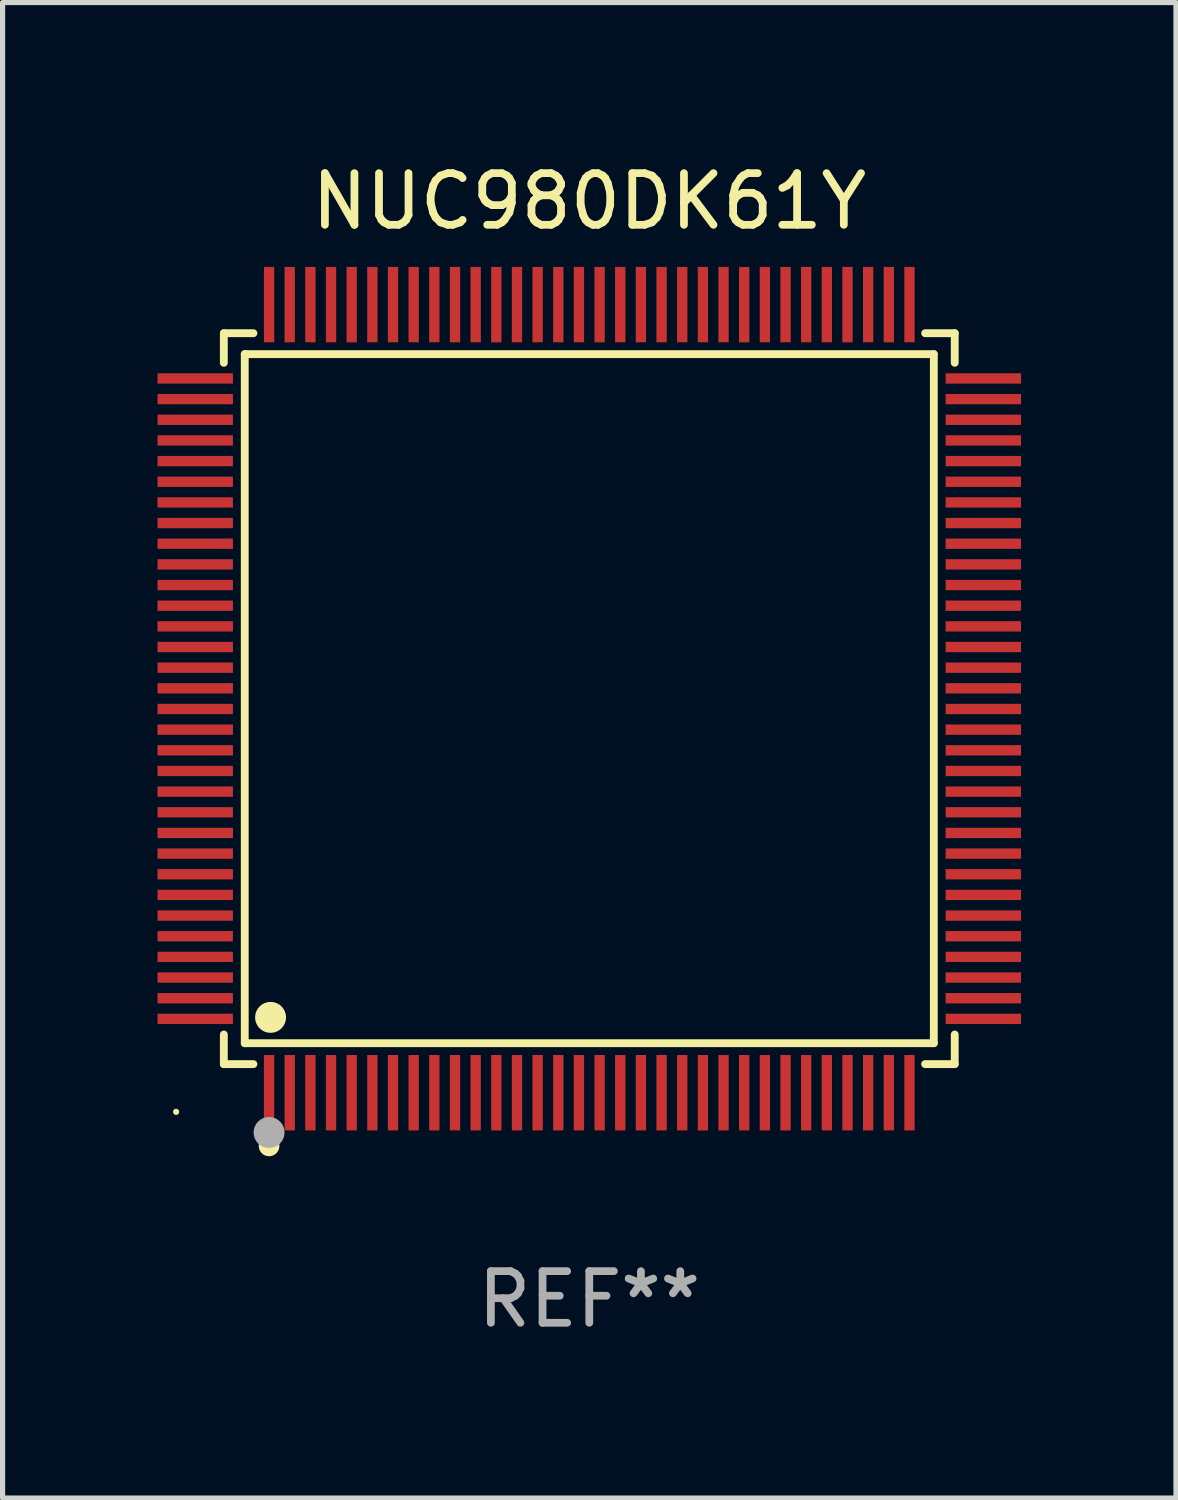
<source format=kicad_pcb>
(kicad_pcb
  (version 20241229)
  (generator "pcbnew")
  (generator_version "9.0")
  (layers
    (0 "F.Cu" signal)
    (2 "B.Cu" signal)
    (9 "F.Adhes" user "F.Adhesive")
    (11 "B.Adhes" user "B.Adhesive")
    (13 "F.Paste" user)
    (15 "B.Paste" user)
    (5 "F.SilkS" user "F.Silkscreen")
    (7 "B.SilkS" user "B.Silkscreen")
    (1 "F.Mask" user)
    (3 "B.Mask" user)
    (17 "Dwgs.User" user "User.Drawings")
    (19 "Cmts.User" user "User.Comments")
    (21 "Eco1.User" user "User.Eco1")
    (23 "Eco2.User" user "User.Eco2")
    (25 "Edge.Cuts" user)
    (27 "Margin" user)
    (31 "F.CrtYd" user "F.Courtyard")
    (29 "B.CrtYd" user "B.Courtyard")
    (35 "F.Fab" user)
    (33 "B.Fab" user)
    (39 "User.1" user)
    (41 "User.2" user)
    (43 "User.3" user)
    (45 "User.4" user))
  (footprint "NUC980DK61Y"
    (layer "F.Cu")
    (at 8.36 10.478)
    (property "Reference" "NUC980DK61Y" (at 0 -9.63 0) (layer "F.SilkS") (effects (font (size 1 1) (thickness 0.15))))
    (attr through_hole)
    (fp_line (start -7.076 -7.076) (end -6.503 -7.076) (stroke (width 0.152) (type solid)) (layer "F.SilkS"))
    (fp_line (start -7.076 -6.503) (end -7.076 -7.076) (stroke (width 0.152) (type solid)) (layer "F.SilkS"))
    (fp_line (start -7.076 6.503) (end -7.076 7.076) (stroke (width 0.152) (type solid)) (layer "F.SilkS"))
    (fp_line (start -7.076 7.076) (end -6.503 7.076) (stroke (width 0.152) (type solid)) (layer "F.SilkS"))
    (fp_line (start -6.671 -6.671) (end 6.671 -6.671) (stroke (width 0.152) (type solid)) (layer "F.SilkS"))
    (fp_line (start -6.671 6.671) (end -6.671 -6.671) (stroke (width 0.152) (type solid)) (layer "F.SilkS"))
    (fp_line (start 6.671 -6.671) (end 6.671 6.671) (stroke (width 0.152) (type solid)) (layer "F.SilkS"))
    (fp_line (start 6.671 6.671) (end -6.671 6.671) (stroke (width 0.152) (type solid)) (layer "F.SilkS"))
    (fp_line (start 7.076 -7.076) (end 6.503 -7.076) (stroke (width 0.152) (type solid)) (layer "F.SilkS"))
    (fp_line (start 7.076 -6.503) (end 7.076 -7.076) (stroke (width 0.152) (type solid)) (layer "F.SilkS"))
    (fp_line (start 7.076 6.503) (end 7.076 7.076) (stroke (width 0.152) (type solid)) (layer "F.SilkS"))
    (fp_line (start 7.076 7.076) (end 6.503 7.076) (stroke (width 0.152) (type solid)) (layer "F.SilkS"))
    (fp_circle (center -8 8) (end -7.97 8) (stroke (width 0.06) (type solid)) (fill no) (layer "F.SilkS"))
    (fp_circle (center -6.2 8.66) (end -6.1 8.66) (stroke (width 0.2) (type solid)) (fill no) (layer "F.SilkS"))
    (fp_circle (center -6.171 6.171) (end -6.021 6.171) (stroke (width 0.3) (type solid)) (fill no) (layer "F.SilkS"))
    (fp_circle (center -6.2 8.4) (end -6.05 8.4) (stroke (width 0.3) (type solid)) (fill no) (layer "F.Fab"))
    (fp_text user "REF**" (at 0 11.63 0) (layer "F.Fab") (effects (font (size 1 1) (thickness 0.15))))
    (pad "1" smd rect (at -6.2 7.63) (size 0.2 1.46) (layers "F.Cu" "F.Mask" "F.Paste"))
    (pad "2" smd rect (at -5.8 7.63) (size 0.2 1.46) (layers "F.Cu" "F.Mask" "F.Paste"))
    (pad "3" smd rect (at -5.4 7.63) (size 0.2 1.46) (layers "F.Cu" "F.Mask" "F.Paste"))
    (pad "4" smd rect (at -5 7.63) (size 0.2 1.46) (layers "F.Cu" "F.Mask" "F.Paste"))
    (pad "5" smd rect (at -4.6 7.63) (size 0.2 1.46) (layers "F.Cu" "F.Mask" "F.Paste"))
    (pad "6" smd rect (at -4.2 7.63) (size 0.2 1.46) (layers "F.Cu" "F.Mask" "F.Paste"))
    (pad "7" smd rect (at -3.8 7.63) (size 0.2 1.46) (layers "F.Cu" "F.Mask" "F.Paste"))
    (pad "8" smd rect (at -3.4 7.63) (size 0.2 1.46) (layers "F.Cu" "F.Mask" "F.Paste"))
    (pad "9" smd rect (at -3 7.63) (size 0.2 1.46) (layers "F.Cu" "F.Mask" "F.Paste"))
    (pad "10" smd rect (at -2.6 7.63) (size 0.2 1.46) (layers "F.Cu" "F.Mask" "F.Paste"))
    (pad "11" smd rect (at -2.2 7.63) (size 0.2 1.46) (layers "F.Cu" "F.Mask" "F.Paste"))
    (pad "12" smd rect (at -1.8 7.63) (size 0.2 1.46) (layers "F.Cu" "F.Mask" "F.Paste"))
    (pad "13" smd rect (at -1.4 7.63) (size 0.2 1.46) (layers "F.Cu" "F.Mask" "F.Paste"))
    (pad "14" smd rect (at -1 7.63) (size 0.2 1.46) (layers "F.Cu" "F.Mask" "F.Paste"))
    (pad "15" smd rect (at -0.6 7.63) (size 0.2 1.46) (layers "F.Cu" "F.Mask" "F.Paste"))
    (pad "16" smd rect (at -0.2 7.63) (size 0.2 1.46) (layers "F.Cu" "F.Mask" "F.Paste"))
    (pad "17" smd rect (at 0.2 7.63) (size 0.2 1.46) (layers "F.Cu" "F.Mask" "F.Paste"))
    (pad "18" smd rect (at 0.6 7.63) (size 0.2 1.46) (layers "F.Cu" "F.Mask" "F.Paste"))
    (pad "19" smd rect (at 1 7.63) (size 0.2 1.46) (layers "F.Cu" "F.Mask" "F.Paste"))
    (pad "20" smd rect (at 1.4 7.63) (size 0.2 1.46) (layers "F.Cu" "F.Mask" "F.Paste"))
    (pad "21" smd rect (at 1.8 7.63) (size 0.2 1.46) (layers "F.Cu" "F.Mask" "F.Paste"))
    (pad "22" smd rect (at 2.2 7.63) (size 0.2 1.46) (layers "F.Cu" "F.Mask" "F.Paste"))
    (pad "23" smd rect (at 2.6 7.63) (size 0.2 1.46) (layers "F.Cu" "F.Mask" "F.Paste"))
    (pad "24" smd rect (at 3 7.63) (size 0.2 1.46) (layers "F.Cu" "F.Mask" "F.Paste"))
    (pad "25" smd rect (at 3.4 7.63) (size 0.2 1.46) (layers "F.Cu" "F.Mask" "F.Paste"))
    (pad "26" smd rect (at 3.8 7.63) (size 0.2 1.46) (layers "F.Cu" "F.Mask" "F.Paste"))
    (pad "27" smd rect (at 4.2 7.63) (size 0.2 1.46) (layers "F.Cu" "F.Mask" "F.Paste"))
    (pad "28" smd rect (at 4.6 7.63) (size 0.2 1.46) (layers "F.Cu" "F.Mask" "F.Paste"))
    (pad "29" smd rect (at 5 7.63) (size 0.2 1.46) (layers "F.Cu" "F.Mask" "F.Paste"))
    (pad "30" smd rect (at 5.4 7.63) (size 0.2 1.46) (layers "F.Cu" "F.Mask" "F.Paste"))
    (pad "31" smd rect (at 5.8 7.63) (size 0.2 1.46) (layers "F.Cu" "F.Mask" "F.Paste"))
    (pad "32" smd rect (at 6.2 7.63) (size 0.2 1.46) (layers "F.Cu" "F.Mask" "F.Paste"))
    (pad "33" smd rect (at 7.63 6.2) (size 1.46 0.2) (layers "F.Cu" "F.Mask" "F.Paste"))
    (pad "34" smd rect (at 7.63 5.8) (size 1.46 0.2) (layers "F.Cu" "F.Mask" "F.Paste"))
    (pad "35" smd rect (at 7.63 5.4) (size 1.46 0.2) (layers "F.Cu" "F.Mask" "F.Paste"))
    (pad "36" smd rect (at 7.63 5) (size 1.46 0.2) (layers "F.Cu" "F.Mask" "F.Paste"))
    (pad "37" smd rect (at 7.63 4.6) (size 1.46 0.2) (layers "F.Cu" "F.Mask" "F.Paste"))
    (pad "38" smd rect (at 7.63 4.2) (size 1.46 0.2) (layers "F.Cu" "F.Mask" "F.Paste"))
    (pad "39" smd rect (at 7.63 3.8) (size 1.46 0.2) (layers "F.Cu" "F.Mask" "F.Paste"))
    (pad "40" smd rect (at 7.63 3.4) (size 1.46 0.2) (layers "F.Cu" "F.Mask" "F.Paste"))
    (pad "41" smd rect (at 7.63 3) (size 1.46 0.2) (layers "F.Cu" "F.Mask" "F.Paste"))
    (pad "42" smd rect (at 7.63 2.6) (size 1.46 0.2) (layers "F.Cu" "F.Mask" "F.Paste"))
    (pad "43" smd rect (at 7.63 2.2) (size 1.46 0.2) (layers "F.Cu" "F.Mask" "F.Paste"))
    (pad "44" smd rect (at 7.63 1.8) (size 1.46 0.2) (layers "F.Cu" "F.Mask" "F.Paste"))
    (pad "45" smd rect (at 7.63 1.4) (size 1.46 0.2) (layers "F.Cu" "F.Mask" "F.Paste"))
    (pad "46" smd rect (at 7.63 1) (size 1.46 0.2) (layers "F.Cu" "F.Mask" "F.Paste"))
    (pad "47" smd rect (at 7.63 0.6) (size 1.46 0.2) (layers "F.Cu" "F.Mask" "F.Paste"))
    (pad "48" smd rect (at 7.63 0.2) (size 1.46 0.2) (layers "F.Cu" "F.Mask" "F.Paste"))
    (pad "49" smd rect (at 7.63 -0.2) (size 1.46 0.2) (layers "F.Cu" "F.Mask" "F.Paste"))
    (pad "50" smd rect (at 7.63 -0.6) (size 1.46 0.2) (layers "F.Cu" "F.Mask" "F.Paste"))
    (pad "51" smd rect (at 7.63 -1) (size 1.46 0.2) (layers "F.Cu" "F.Mask" "F.Paste"))
    (pad "52" smd rect (at 7.63 -1.4) (size 1.46 0.2) (layers "F.Cu" "F.Mask" "F.Paste"))
    (pad "53" smd rect (at 7.63 -1.8) (size 1.46 0.2) (layers "F.Cu" "F.Mask" "F.Paste"))
    (pad "54" smd rect (at 7.63 -2.2) (size 1.46 0.2) (layers "F.Cu" "F.Mask" "F.Paste"))
    (pad "55" smd rect (at 7.63 -2.6) (size 1.46 0.2) (layers "F.Cu" "F.Mask" "F.Paste"))
    (pad "56" smd rect (at 7.63 -3) (size 1.46 0.2) (layers "F.Cu" "F.Mask" "F.Paste"))
    (pad "57" smd rect (at 7.63 -3.4) (size 1.46 0.2) (layers "F.Cu" "F.Mask" "F.Paste"))
    (pad "58" smd rect (at 7.63 -3.8) (size 1.46 0.2) (layers "F.Cu" "F.Mask" "F.Paste"))
    (pad "59" smd rect (at 7.63 -4.2) (size 1.46 0.2) (layers "F.Cu" "F.Mask" "F.Paste"))
    (pad "60" smd rect (at 7.63 -4.6) (size 1.46 0.2) (layers "F.Cu" "F.Mask" "F.Paste"))
    (pad "61" smd rect (at 7.63 -5) (size 1.46 0.2) (layers "F.Cu" "F.Mask" "F.Paste"))
    (pad "62" smd rect (at 7.63 -5.4) (size 1.46 0.2) (layers "F.Cu" "F.Mask" "F.Paste"))
    (pad "63" smd rect (at 7.63 -5.8) (size 1.46 0.2) (layers "F.Cu" "F.Mask" "F.Paste"))
    (pad "64" smd rect (at 7.63 -6.2) (size 1.46 0.2) (layers "F.Cu" "F.Mask" "F.Paste"))
    (pad "65" smd rect (at 6.2 -7.63) (size 0.2 1.46) (layers "F.Cu" "F.Mask" "F.Paste"))
    (pad "66" smd rect (at 5.8 -7.63) (size 0.2 1.46) (layers "F.Cu" "F.Mask" "F.Paste"))
    (pad "67" smd rect (at 5.4 -7.63) (size 0.2 1.46) (layers "F.Cu" "F.Mask" "F.Paste"))
    (pad "68" smd rect (at 5 -7.63) (size 0.2 1.46) (layers "F.Cu" "F.Mask" "F.Paste"))
    (pad "69" smd rect (at 4.6 -7.63) (size 0.2 1.46) (layers "F.Cu" "F.Mask" "F.Paste"))
    (pad "70" smd rect (at 4.2 -7.63) (size 0.2 1.46) (layers "F.Cu" "F.Mask" "F.Paste"))
    (pad "71" smd rect (at 3.8 -7.63) (size 0.2 1.46) (layers "F.Cu" "F.Mask" "F.Paste"))
    (pad "72" smd rect (at 3.4 -7.63) (size 0.2 1.46) (layers "F.Cu" "F.Mask" "F.Paste"))
    (pad "73" smd rect (at 3 -7.63) (size 0.2 1.46) (layers "F.Cu" "F.Mask" "F.Paste"))
    (pad "74" smd rect (at 2.6 -7.63) (size 0.2 1.46) (layers "F.Cu" "F.Mask" "F.Paste"))
    (pad "75" smd rect (at 2.2 -7.63) (size 0.2 1.46) (layers "F.Cu" "F.Mask" "F.Paste"))
    (pad "76" smd rect (at 1.8 -7.63) (size 0.2 1.46) (layers "F.Cu" "F.Mask" "F.Paste"))
    (pad "77" smd rect (at 1.4 -7.63) (size 0.2 1.46) (layers "F.Cu" "F.Mask" "F.Paste"))
    (pad "78" smd rect (at 1 -7.63) (size 0.2 1.46) (layers "F.Cu" "F.Mask" "F.Paste"))
    (pad "79" smd rect (at 0.6 -7.63) (size 0.2 1.46) (layers "F.Cu" "F.Mask" "F.Paste"))
    (pad "80" smd rect (at 0.2 -7.63) (size 0.2 1.46) (layers "F.Cu" "F.Mask" "F.Paste"))
    (pad "81" smd rect (at -0.2 -7.63) (size 0.2 1.46) (layers "F.Cu" "F.Mask" "F.Paste"))
    (pad "82" smd rect (at -0.6 -7.63) (size 0.2 1.46) (layers "F.Cu" "F.Mask" "F.Paste"))
    (pad "83" smd rect (at -1 -7.63) (size 0.2 1.46) (layers "F.Cu" "F.Mask" "F.Paste"))
    (pad "84" smd rect (at -1.4 -7.63) (size 0.2 1.46) (layers "F.Cu" "F.Mask" "F.Paste"))
    (pad "85" smd rect (at -1.8 -7.63) (size 0.2 1.46) (layers "F.Cu" "F.Mask" "F.Paste"))
    (pad "86" smd rect (at -2.2 -7.63) (size 0.2 1.46) (layers "F.Cu" "F.Mask" "F.Paste"))
    (pad "87" smd rect (at -2.6 -7.63) (size 0.2 1.46) (layers "F.Cu" "F.Mask" "F.Paste"))
    (pad "88" smd rect (at -3 -7.63) (size 0.2 1.46) (layers "F.Cu" "F.Mask" "F.Paste"))
    (pad "89" smd rect (at -3.4 -7.63) (size 0.2 1.46) (layers "F.Cu" "F.Mask" "F.Paste"))
    (pad "90" smd rect (at -3.8 -7.63) (size 0.2 1.46) (layers "F.Cu" "F.Mask" "F.Paste"))
    (pad "91" smd rect (at -4.2 -7.63) (size 0.2 1.46) (layers "F.Cu" "F.Mask" "F.Paste"))
    (pad "92" smd rect (at -4.6 -7.63) (size 0.2 1.46) (layers "F.Cu" "F.Mask" "F.Paste"))
    (pad "93" smd rect (at -5 -7.63) (size 0.2 1.46) (layers "F.Cu" "F.Mask" "F.Paste"))
    (pad "94" smd rect (at -5.4 -7.63) (size 0.2 1.46) (layers "F.Cu" "F.Mask" "F.Paste"))
    (pad "95" smd rect (at -5.8 -7.63) (size 0.2 1.46) (layers "F.Cu" "F.Mask" "F.Paste"))
    (pad "96" smd rect (at -6.2 -7.63) (size 0.2 1.46) (layers "F.Cu" "F.Mask" "F.Paste"))
    (pad "97" smd rect (at -7.63 -6.2) (size 1.46 0.2) (layers "F.Cu" "F.Mask" "F.Paste"))
    (pad "98" smd rect (at -7.63 -5.8) (size 1.46 0.2) (layers "F.Cu" "F.Mask" "F.Paste"))
    (pad "99" smd rect (at -7.63 -5.4) (size 1.46 0.2) (layers "F.Cu" "F.Mask" "F.Paste"))
    (pad "100" smd rect (at -7.63 -5) (size 1.46 0.2) (layers "F.Cu" "F.Mask" "F.Paste"))
    (pad "101" smd rect (at -7.63 -4.6) (size 1.46 0.2) (layers "F.Cu" "F.Mask" "F.Paste"))
    (pad "102" smd rect (at -7.63 -4.2) (size 1.46 0.2) (layers "F.Cu" "F.Mask" "F.Paste"))
    (pad "103" smd rect (at -7.63 -3.8) (size 1.46 0.2) (layers "F.Cu" "F.Mask" "F.Paste"))
    (pad "104" smd rect (at -7.63 -3.4) (size 1.46 0.2) (layers "F.Cu" "F.Mask" "F.Paste"))
    (pad "105" smd rect (at -7.63 -3) (size 1.46 0.2) (layers "F.Cu" "F.Mask" "F.Paste"))
    (pad "106" smd rect (at -7.63 -2.6) (size 1.46 0.2) (layers "F.Cu" "F.Mask" "F.Paste"))
    (pad "107" smd rect (at -7.63 -2.2) (size 1.46 0.2) (layers "F.Cu" "F.Mask" "F.Paste"))
    (pad "108" smd rect (at -7.63 -1.8) (size 1.46 0.2) (layers "F.Cu" "F.Mask" "F.Paste"))
    (pad "109" smd rect (at -7.63 -1.4) (size 1.46 0.2) (layers "F.Cu" "F.Mask" "F.Paste"))
    (pad "110" smd rect (at -7.63 -1) (size 1.46 0.2) (layers "F.Cu" "F.Mask" "F.Paste"))
    (pad "111" smd rect (at -7.63 -0.6) (size 1.46 0.2) (layers "F.Cu" "F.Mask" "F.Paste"))
    (pad "112" smd rect (at -7.63 -0.2) (size 1.46 0.2) (layers "F.Cu" "F.Mask" "F.Paste"))
    (pad "113" smd rect (at -7.63 0.2) (size 1.46 0.2) (layers "F.Cu" "F.Mask" "F.Paste"))
    (pad "114" smd rect (at -7.63 0.6) (size 1.46 0.2) (layers "F.Cu" "F.Mask" "F.Paste"))
    (pad "115" smd rect (at -7.63 1) (size 1.46 0.2) (layers "F.Cu" "F.Mask" "F.Paste"))
    (pad "116" smd rect (at -7.63 1.4) (size 1.46 0.2) (layers "F.Cu" "F.Mask" "F.Paste"))
    (pad "117" smd rect (at -7.63 1.8) (size 1.46 0.2) (layers "F.Cu" "F.Mask" "F.Paste"))
    (pad "118" smd rect (at -7.63 2.2) (size 1.46 0.2) (layers "F.Cu" "F.Mask" "F.Paste"))
    (pad "119" smd rect (at -7.63 2.6) (size 1.46 0.2) (layers "F.Cu" "F.Mask" "F.Paste"))
    (pad "120" smd rect (at -7.63 3) (size 1.46 0.2) (layers "F.Cu" "F.Mask" "F.Paste"))
    (pad "121" smd rect (at -7.63 3.4) (size 1.46 0.2) (layers "F.Cu" "F.Mask" "F.Paste"))
    (pad "122" smd rect (at -7.63 3.8) (size 1.46 0.2) (layers "F.Cu" "F.Mask" "F.Paste"))
    (pad "123" smd rect (at -7.63 4.2) (size 1.46 0.2) (layers "F.Cu" "F.Mask" "F.Paste"))
    (pad "124" smd rect (at -7.63 4.6) (size 1.46 0.2) (layers "F.Cu" "F.Mask" "F.Paste"))
    (pad "125" smd rect (at -7.63 5) (size 1.46 0.2) (layers "F.Cu" "F.Mask" "F.Paste"))
    (pad "126" smd rect (at -7.63 5.4) (size 1.46 0.2) (layers "F.Cu" "F.Mask" "F.Paste"))
    (pad "127" smd rect (at -7.63 5.8) (size 1.46 0.2) (layers "F.Cu" "F.Mask" "F.Paste"))
    (pad "128" smd rect (at -7.63 6.2) (size 1.46 0.2) (layers "F.Cu" "F.Mask" "F.Paste")))
  (gr_rect
    (start -3 -3)
    (end 19.72 25.956)
    (stroke (width 0.1) (type default))
    (fill no)
    (layer "Edge.Cuts")))
</source>
